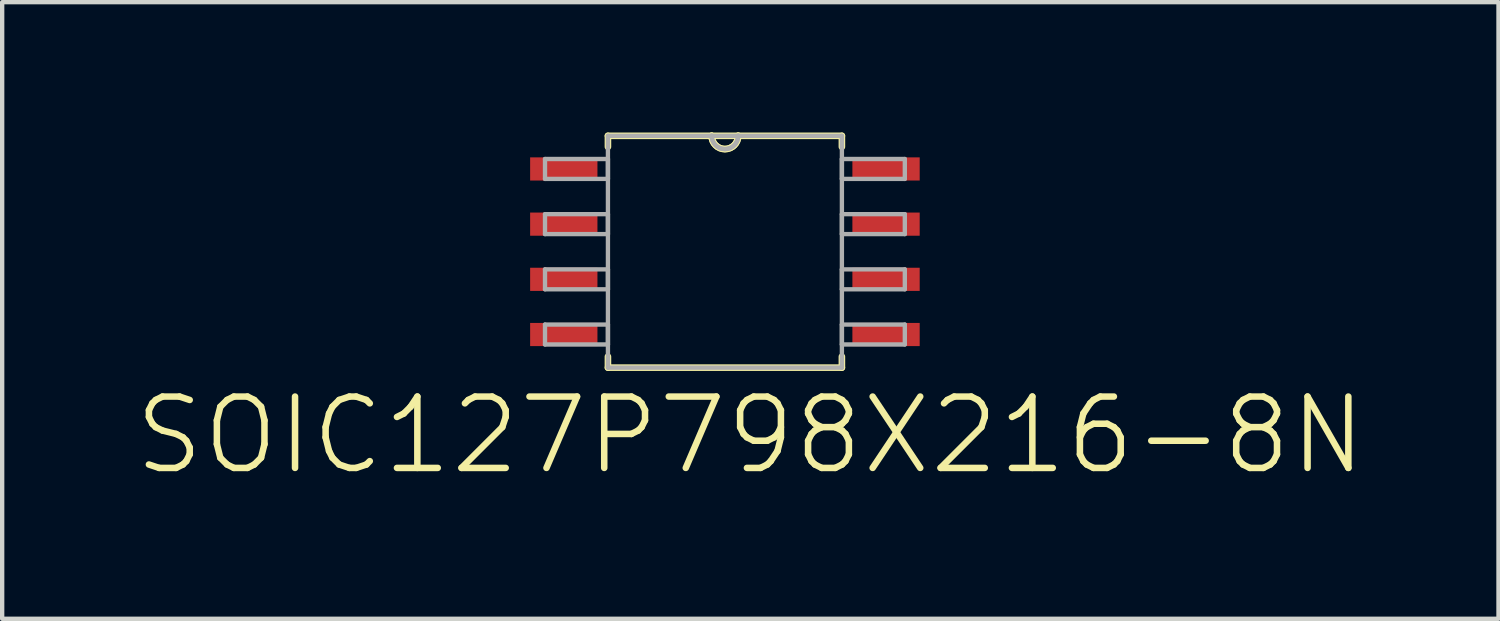
<source format=kicad_pcb>
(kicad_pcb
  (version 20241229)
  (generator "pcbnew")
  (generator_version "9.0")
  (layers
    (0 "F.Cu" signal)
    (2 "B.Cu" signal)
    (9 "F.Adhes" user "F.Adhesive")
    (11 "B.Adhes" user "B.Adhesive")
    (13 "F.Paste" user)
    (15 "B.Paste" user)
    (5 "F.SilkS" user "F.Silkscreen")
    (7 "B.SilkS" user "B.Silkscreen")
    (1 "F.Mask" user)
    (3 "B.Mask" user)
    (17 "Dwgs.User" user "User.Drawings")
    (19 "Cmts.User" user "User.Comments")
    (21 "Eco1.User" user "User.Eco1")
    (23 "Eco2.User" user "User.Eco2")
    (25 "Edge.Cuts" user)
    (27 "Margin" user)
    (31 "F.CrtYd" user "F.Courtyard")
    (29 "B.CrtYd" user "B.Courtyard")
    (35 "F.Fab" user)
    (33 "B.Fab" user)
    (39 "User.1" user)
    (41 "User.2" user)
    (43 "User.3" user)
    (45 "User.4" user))
  (footprint "SOIC127P798X216-8N"
    (layer "F.Cu")
    (at 13.632 2.743)
    (property "Reference" "SOIC127P798X216-8N" (at 0.585 4.223 0) (layer "F.SilkS") (effects (font (size 1.642 1.642) (thickness 0.15))))
    (attr smd)
    (fp_line (start -2.692 -2.667) (end -2.692 -2.413) (stroke (width 0.152) (type solid)) (layer "F.SilkS"))
    (fp_line (start -2.692 2.413) (end -2.692 2.667) (stroke (width 0.152) (type solid)) (layer "F.SilkS"))
    (fp_line (start -2.692 2.667) (end 2.692 2.667) (stroke (width 0.152) (type solid)) (layer "F.SilkS"))
    (fp_line (start -0.305 -2.667) (end -2.692 -2.667) (stroke (width 0.152) (type solid)) (layer "F.SilkS"))
    (fp_line (start 0.305 -2.667) (end -0.305 -2.667) (stroke (width 0.152) (type solid)) (layer "F.SilkS"))
    (fp_line (start 2.692 -2.667) (end 0.305 -2.667) (stroke (width 0.152) (type solid)) (layer "F.SilkS"))
    (fp_line (start 2.692 -2.413) (end 2.692 -2.667) (stroke (width 0.152) (type solid)) (layer "F.SilkS"))
    (fp_line (start 2.692 2.667) (end 2.692 2.413) (stroke (width 0.152) (type solid)) (layer "F.SilkS"))
    (fp_arc (start 0.3048 -2.667) (mid 0 -2.3622) (end -0.3048 -2.667) (stroke (width 0.1524) (type solid)) (layer "F.SilkS"))
    (fp_arc (start 0.3048 -2.667) (mid 0 -2.3622) (end -0.3048 -2.667) (stroke (width 0.1524) (type solid)) (layer "F.SilkS"))
    (fp_line (start -4.14 -2.134) (end -4.14 -1.676) (stroke (width 0.1) (type solid)) (layer "F.Fab"))
    (fp_line (start -4.14 -1.676) (end -2.692 -1.676) (stroke (width 0.1) (type solid)) (layer "F.Fab"))
    (fp_line (start -4.14 -0.864) (end -4.14 -0.406) (stroke (width 0.1) (type solid)) (layer "F.Fab"))
    (fp_line (start -4.14 -0.406) (end -2.692 -0.406) (stroke (width 0.1) (type solid)) (layer "F.Fab"))
    (fp_line (start -4.14 0.406) (end -4.14 0.864) (stroke (width 0.1) (type solid)) (layer "F.Fab"))
    (fp_line (start -4.14 0.864) (end -2.692 0.864) (stroke (width 0.1) (type solid)) (layer "F.Fab"))
    (fp_line (start -4.14 1.676) (end -4.14 2.134) (stroke (width 0.1) (type solid)) (layer "F.Fab"))
    (fp_line (start -4.14 2.134) (end -2.692 2.134) (stroke (width 0.1) (type solid)) (layer "F.Fab"))
    (fp_line (start -2.692 -2.667) (end -2.692 2.667) (stroke (width 0.1) (type solid)) (layer "F.Fab"))
    (fp_line (start -2.692 -2.134) (end -4.14 -2.134) (stroke (width 0.1) (type solid)) (layer "F.Fab"))
    (fp_line (start -2.692 -1.676) (end -2.692 -2.134) (stroke (width 0.1) (type solid)) (layer "F.Fab"))
    (fp_line (start -2.692 -0.864) (end -4.14 -0.864) (stroke (width 0.1) (type solid)) (layer "F.Fab"))
    (fp_line (start -2.692 -0.406) (end -2.692 -0.864) (stroke (width 0.1) (type solid)) (layer "F.Fab"))
    (fp_line (start -2.692 0.406) (end -4.14 0.406) (stroke (width 0.1) (type solid)) (layer "F.Fab"))
    (fp_line (start -2.692 0.864) (end -2.692 0.406) (stroke (width 0.1) (type solid)) (layer "F.Fab"))
    (fp_line (start -2.692 1.676) (end -4.14 1.676) (stroke (width 0.1) (type solid)) (layer "F.Fab"))
    (fp_line (start -2.692 2.134) (end -2.692 1.676) (stroke (width 0.1) (type solid)) (layer "F.Fab"))
    (fp_line (start -2.692 2.667) (end 2.692 2.667) (stroke (width 0.1) (type solid)) (layer "F.Fab"))
    (fp_line (start -0.305 -2.667) (end -2.692 -2.667) (stroke (width 0.1) (type solid)) (layer "F.Fab"))
    (fp_line (start 0.305 -2.667) (end -0.305 -2.667) (stroke (width 0.1) (type solid)) (layer "F.Fab"))
    (fp_line (start 2.692 -2.667) (end 0.305 -2.667) (stroke (width 0.1) (type solid)) (layer "F.Fab"))
    (fp_line (start 2.692 -2.134) (end 2.692 -1.676) (stroke (width 0.1) (type solid)) (layer "F.Fab"))
    (fp_line (start 2.692 -1.676) (end 4.14 -1.676) (stroke (width 0.1) (type solid)) (layer "F.Fab"))
    (fp_line (start 2.692 -0.864) (end 2.692 -0.406) (stroke (width 0.1) (type solid)) (layer "F.Fab"))
    (fp_line (start 2.692 -0.406) (end 4.14 -0.406) (stroke (width 0.1) (type solid)) (layer "F.Fab"))
    (fp_line (start 2.692 0.406) (end 2.692 0.864) (stroke (width 0.1) (type solid)) (layer "F.Fab"))
    (fp_line (start 2.692 0.864) (end 4.14 0.864) (stroke (width 0.1) (type solid)) (layer "F.Fab"))
    (fp_line (start 2.692 1.676) (end 2.692 2.134) (stroke (width 0.1) (type solid)) (layer "F.Fab"))
    (fp_line (start 2.692 2.134) (end 4.14 2.134) (stroke (width 0.1) (type solid)) (layer "F.Fab"))
    (fp_line (start 2.692 2.667) (end 2.692 -2.667) (stroke (width 0.1) (type solid)) (layer "F.Fab"))
    (fp_line (start 4.14 -2.134) (end 2.692 -2.134) (stroke (width 0.1) (type solid)) (layer "F.Fab"))
    (fp_line (start 4.14 -1.676) (end 4.14 -2.134) (stroke (width 0.1) (type solid)) (layer "F.Fab"))
    (fp_line (start 4.14 -0.864) (end 2.692 -0.864) (stroke (width 0.1) (type solid)) (layer "F.Fab"))
    (fp_line (start 4.14 -0.406) (end 4.14 -0.864) (stroke (width 0.1) (type solid)) (layer "F.Fab"))
    (fp_line (start 4.14 0.406) (end 2.692 0.406) (stroke (width 0.1) (type solid)) (layer "F.Fab"))
    (fp_line (start 4.14 0.864) (end 4.14 0.406) (stroke (width 0.1) (type solid)) (layer "F.Fab"))
    (fp_line (start 4.14 1.676) (end 2.692 1.676) (stroke (width 0.1) (type solid)) (layer "F.Fab"))
    (fp_line (start 4.14 2.134) (end 4.14 1.676) (stroke (width 0.1) (type solid)) (layer "F.Fab"))
    (fp_arc (start 0.3048 -2.667) (mid 0 -2.3622) (end -0.3048 -2.667) (stroke (width 0.1) (type solid)) (layer "F.Fab"))
    (fp_arc (start 0.3048 -2.667) (mid 0 -2.3622) (end -0.3048 -2.667) (stroke (width 0.1) (type solid)) (layer "F.Fab"))
    (pad "1" smd rect (at -3.708 -1.905) (size 1.549 0.533) (layers "F.Cu" "F.Mask" "F.Paste"))
    (pad "2" smd rect (at -3.708 -0.635) (size 1.549 0.533) (layers "F.Cu" "F.Mask" "F.Paste"))
    (pad "3" smd rect (at -3.708 0.635) (size 1.549 0.533) (layers "F.Cu" "F.Mask" "F.Paste"))
    (pad "4" smd rect (at -3.708 1.905) (size 1.549 0.533) (layers "F.Cu" "F.Mask" "F.Paste"))
    (pad "5" smd rect (at 3.708 1.905) (size 1.549 0.533) (layers "F.Cu" "F.Mask" "F.Paste"))
    (pad "6" smd rect (at 3.708 0.635) (size 1.549 0.533) (layers "F.Cu" "F.Mask" "F.Paste"))
    (pad "7" smd rect (at 3.708 -0.635) (size 1.549 0.533) (layers "F.Cu" "F.Mask" "F.Paste"))
    (pad "8" smd rect (at 3.708 -1.905) (size 1.549 0.533) (layers "F.Cu" "F.Mask" "F.Paste")))
  (gr_rect
    (start -3 -3)
    (end 31.434 11.19)
    (stroke (width 0.1) (type default))
    (fill no)
    (layer "Edge.Cuts")))
</source>
